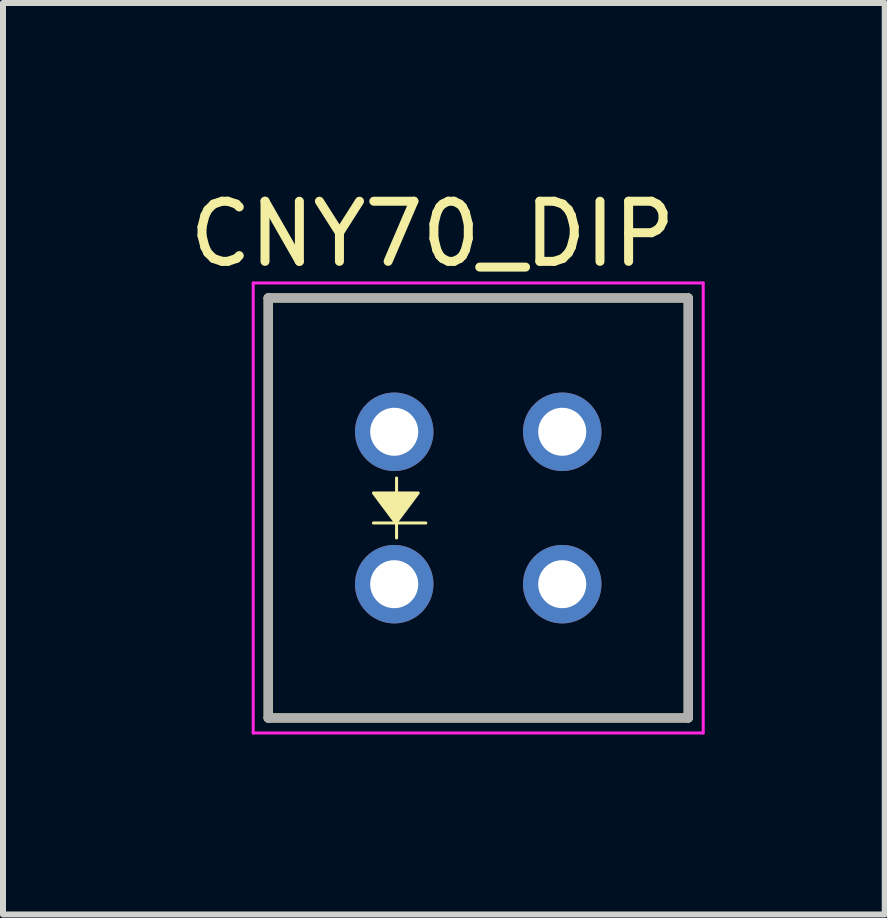
<source format=kicad_pcb>
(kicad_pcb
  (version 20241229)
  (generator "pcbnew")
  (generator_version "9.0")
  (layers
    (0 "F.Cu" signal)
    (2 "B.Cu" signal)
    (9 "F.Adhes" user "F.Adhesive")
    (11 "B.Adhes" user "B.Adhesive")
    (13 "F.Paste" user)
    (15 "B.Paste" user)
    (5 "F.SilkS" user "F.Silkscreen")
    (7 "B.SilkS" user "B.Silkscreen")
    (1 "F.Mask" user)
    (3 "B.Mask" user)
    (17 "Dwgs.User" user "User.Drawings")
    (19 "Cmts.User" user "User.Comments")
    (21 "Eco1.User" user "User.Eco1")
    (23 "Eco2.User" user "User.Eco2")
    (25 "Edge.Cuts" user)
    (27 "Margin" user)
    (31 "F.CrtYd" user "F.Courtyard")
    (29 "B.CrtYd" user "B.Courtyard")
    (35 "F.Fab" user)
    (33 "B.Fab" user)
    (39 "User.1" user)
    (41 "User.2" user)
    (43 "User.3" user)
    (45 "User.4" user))
  (footprint "CNY70_DIP"
    (layer "F.Cu")
    (at 4.92 5.416)
    (property "Reference" "CNY70_DIP" (at -0.762 -4.566 0) (layer "F.SilkS") (effects (font (size 1.002 1.002) (thickness 0.15))))
    (attr through_hole)
    (fp_line (start -3.5 -3.5) (end -3.5 3.5) (stroke (width 0.152) (type solid)) (layer "F.SilkS"))
    (fp_line (start -3.5 3.5) (end 3.5 3.5) (stroke (width 0.152) (type solid)) (layer "F.SilkS"))
    (fp_line (start -1.746 0.25) (end -0.873 0.25) (stroke (width 0.05) (type solid)) (layer "F.SilkS"))
    (fp_line (start -1.361 -0.5) (end -1.361 0.5) (stroke (width 0.05) (type solid)) (layer "F.SilkS"))
    (fp_line (start 3.5 -3.5) (end -3.5 -3.5) (stroke (width 0.152) (type solid)) (layer "F.SilkS"))
    (fp_line (start 3.5 3.5) (end 3.5 -3.5) (stroke (width 0.152) (type solid)) (layer "F.SilkS"))
    (fp_poly (pts (xy -1.746 -0.25) (xy -1 -0.25) (xy -1.373 0.25)) (stroke (width 0.05) (type solid)) (fill yes) (layer "F.SilkS"))
    (fp_line (start -3.75 -3.75) (end -3.75 3.75) (stroke (width 0.05) (type solid)) (layer "F.CrtYd"))
    (fp_line (start -3.75 3.75) (end 3.75 3.75) (stroke (width 0.05) (type solid)) (layer "F.CrtYd"))
    (fp_line (start 3.75 -3.75) (end -3.75 -3.75) (stroke (width 0.05) (type solid)) (layer "F.CrtYd"))
    (fp_line (start 3.75 3.75) (end 3.75 -3.75) (stroke (width 0.05) (type solid)) (layer "F.CrtYd"))
    (fp_line (start -3.5 -3.5) (end -3.5 3.5) (stroke (width 0.152) (type solid)) (layer "F.Fab"))
    (fp_line (start -3.5 3.5) (end 3.5 3.5) (stroke (width 0.152) (type solid)) (layer "F.Fab"))
    (fp_line (start 3.5 -3.5) (end -3.5 -3.5) (stroke (width 0.152) (type solid)) (layer "F.Fab"))
    (fp_line (start 3.5 3.5) (end 3.5 -3.5) (stroke (width 0.152) (type solid)) (layer "F.Fab"))
    (pad "1" thru_hole circle (at -1.4 -1.27) (size 1.308 1.308) (drill 0.8) (layers "*.Cu" "*.Mask"))
    (pad "2" thru_hole circle (at -1.4 1.27) (size 1.308 1.308) (drill 0.8) (layers "*.Cu" "*.Mask"))
    (pad "3" thru_hole circle (at 1.4 1.27) (size 1.308 1.308) (drill 0.8) (layers "*.Cu" "*.Mask"))
    (pad "4" thru_hole circle (at 1.4 -1.27) (size 1.308 1.308) (drill 0.8) (layers "*.Cu" "*.Mask")))
  (gr_rect
    (start -3 -3)
    (end 11.695 12.191)
    (stroke (width 0.1) (type default))
    (fill no)
    (layer "Edge.Cuts")))
</source>
